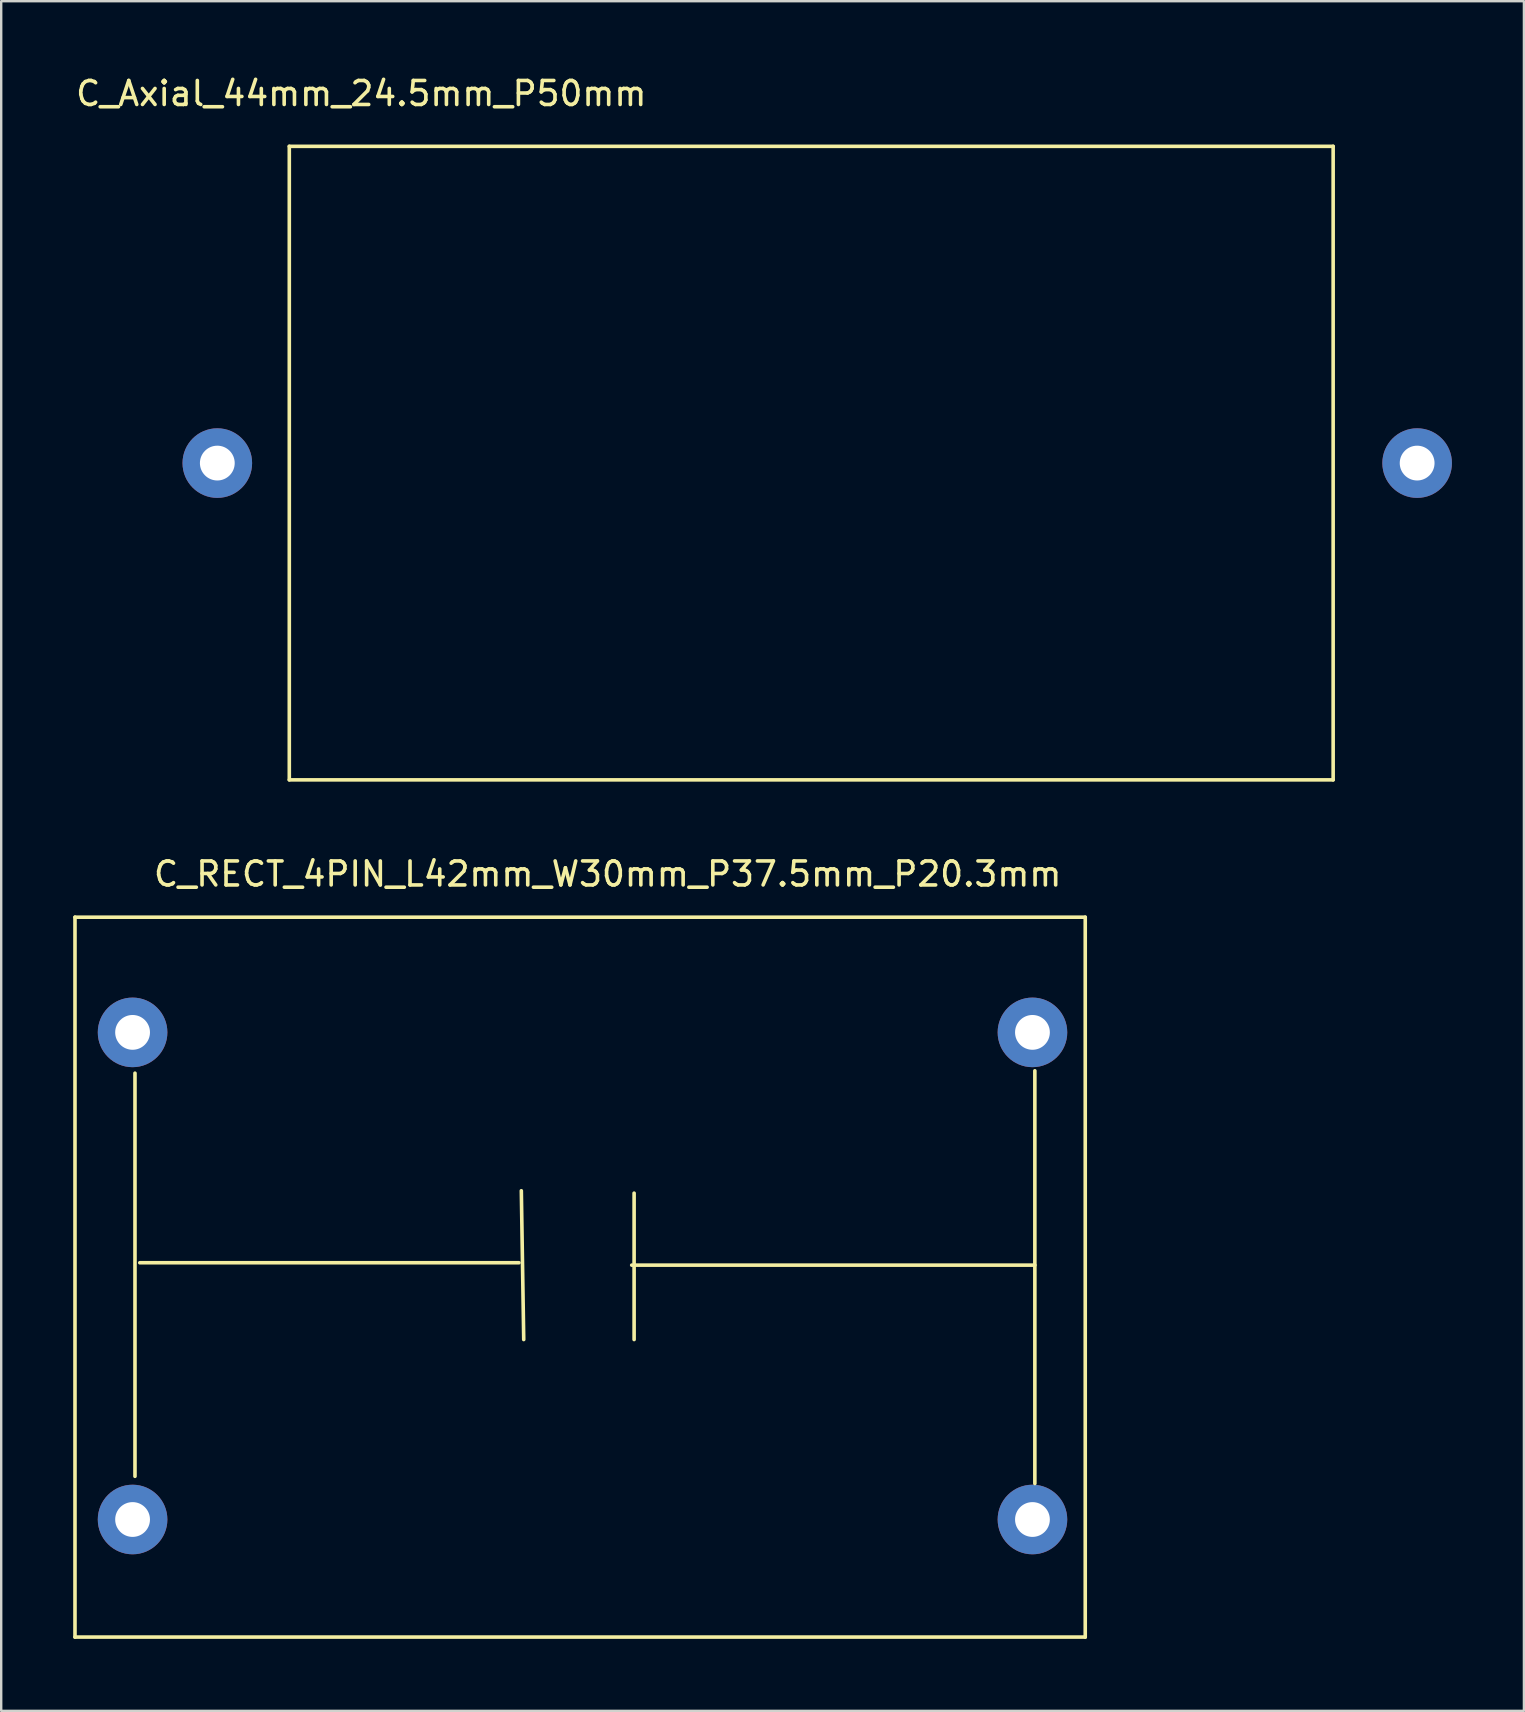
<source format=kicad_pcb>
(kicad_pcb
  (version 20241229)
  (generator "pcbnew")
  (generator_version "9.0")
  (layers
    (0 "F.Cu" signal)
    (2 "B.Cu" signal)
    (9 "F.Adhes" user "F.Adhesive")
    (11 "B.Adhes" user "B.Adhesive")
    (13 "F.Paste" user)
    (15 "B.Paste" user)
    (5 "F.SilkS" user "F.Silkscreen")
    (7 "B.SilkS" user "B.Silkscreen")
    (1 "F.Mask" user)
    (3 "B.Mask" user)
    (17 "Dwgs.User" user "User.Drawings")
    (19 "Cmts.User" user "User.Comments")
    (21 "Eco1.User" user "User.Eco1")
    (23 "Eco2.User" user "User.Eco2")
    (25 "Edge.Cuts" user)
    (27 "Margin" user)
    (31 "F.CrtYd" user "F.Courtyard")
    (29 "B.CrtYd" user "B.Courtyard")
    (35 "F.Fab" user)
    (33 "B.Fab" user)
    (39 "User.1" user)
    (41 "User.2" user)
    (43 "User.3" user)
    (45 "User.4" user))
  (footprint "C_Axial_44mm_24.5mm_P50mm"
    (layer "F.Cu")
    (at 6.006 16.248)
    (property "Reference" "C_Axial_44mm_24.5mm_P50mm" (at 6 -15.4 0) (layer "F.SilkS") (effects (font (size 1 1) (thickness 0.15))))
    (attr through_hole)
    (fp_line (start 3 -13.2) (end 3 13.2) (stroke (width 0.15) (type solid)) (layer "F.SilkS"))
    (fp_line (start 3 13.2) (end 46.5 13.2) (stroke (width 0.15) (type solid)) (layer "F.SilkS"))
    (fp_line (start 46.5 -13.2) (end 3 -13.2) (stroke (width 0.15) (type solid)) (layer "F.SilkS"))
    (fp_line (start 46.5 13.2) (end 46.5 -13.2) (stroke (width 0.15) (type solid)) (layer "F.SilkS"))
    (pad "1" thru_hole circle (at 0 0) (size 2.9 2.9) (drill 1.45) (layers "*.Cu" "*.Mask"))
    (pad "2" thru_hole circle (at 50 0) (size 2.9 2.9) (drill 1.45) (layers "*.Cu" "*.Mask")))
  (footprint "C_RECT_4PIN_L42mm_W30mm_P37.5mm_P20.3mm"
    (layer "F.Cu")
    (at 2.475 60.272)
    (property "Reference" "C_RECT_4PIN_L42mm_W30mm_P37.5mm_P20.3mm" (at 19.8 -26.9 0) (layer "F.SilkS") (effects (font (size 1 1) (thickness 0.15))))
    (attr through_hole)
    (fp_line (start -2.4 -25.1) (end -2.4 4.9) (stroke (width 0.15) (type solid)) (layer "F.SilkS"))
    (fp_line (start -2.4 4.9) (end 39.7 4.9) (stroke (width 0.15) (type solid)) (layer "F.SilkS"))
    (fp_line (start 0.1 -18.6) (end 0.1 -1.8) (stroke (width 0.15) (type solid)) (layer "F.SilkS"))
    (fp_line (start 0.3 -10.7) (end 16.1 -10.7) (stroke (width 0.15) (type solid)) (layer "F.SilkS"))
    (fp_line (start 16.2 -13.7) (end 16.3 -7.5) (stroke (width 0.15) (type solid)) (layer "F.SilkS"))
    (fp_line (start 20.9 -13.6) (end 20.9 -7.5) (stroke (width 0.15) (type solid)) (layer "F.SilkS"))
    (fp_line (start 37.6 -18.7) (end 37.6 -1.5) (stroke (width 0.15) (type solid)) (layer "F.SilkS"))
    (fp_line (start 37.6 -10.6) (end 20.8 -10.6) (stroke (width 0.15) (type solid)) (layer "F.SilkS"))
    (fp_line (start 39.7 -25.1) (end -2.4 -25.1) (stroke (width 0.15) (type solid)) (layer "F.SilkS"))
    (fp_line (start 39.7 4.9) (end 39.7 -25.1) (stroke (width 0.15) (type solid)) (layer "F.SilkS"))
    (pad "1" thru_hole circle (at 0 0) (size 2.9 2.9) (drill 1.45) (layers "*.Cu" "*.Mask"))
    (pad "2" thru_hole circle (at 37.5 0) (size 2.9 2.9) (drill 1.45) (layers "*.Cu" "*.Mask"))
    (pad "3" thru_hole circle (at 37.5 -20.3) (size 2.9 2.9) (drill 1.45) (layers "*.Cu" "*.Mask"))
    (pad "4" thru_hole circle (at 0 -20.3) (size 2.9 2.9) (drill 1.45) (layers "*.Cu" "*.Mask")))
  (gr_rect
    (start -3 -3)
    (end 60.456 68.246)
    (stroke (width 0.1) (type default))
    (fill no)
    (layer "Edge.Cuts")))
</source>
